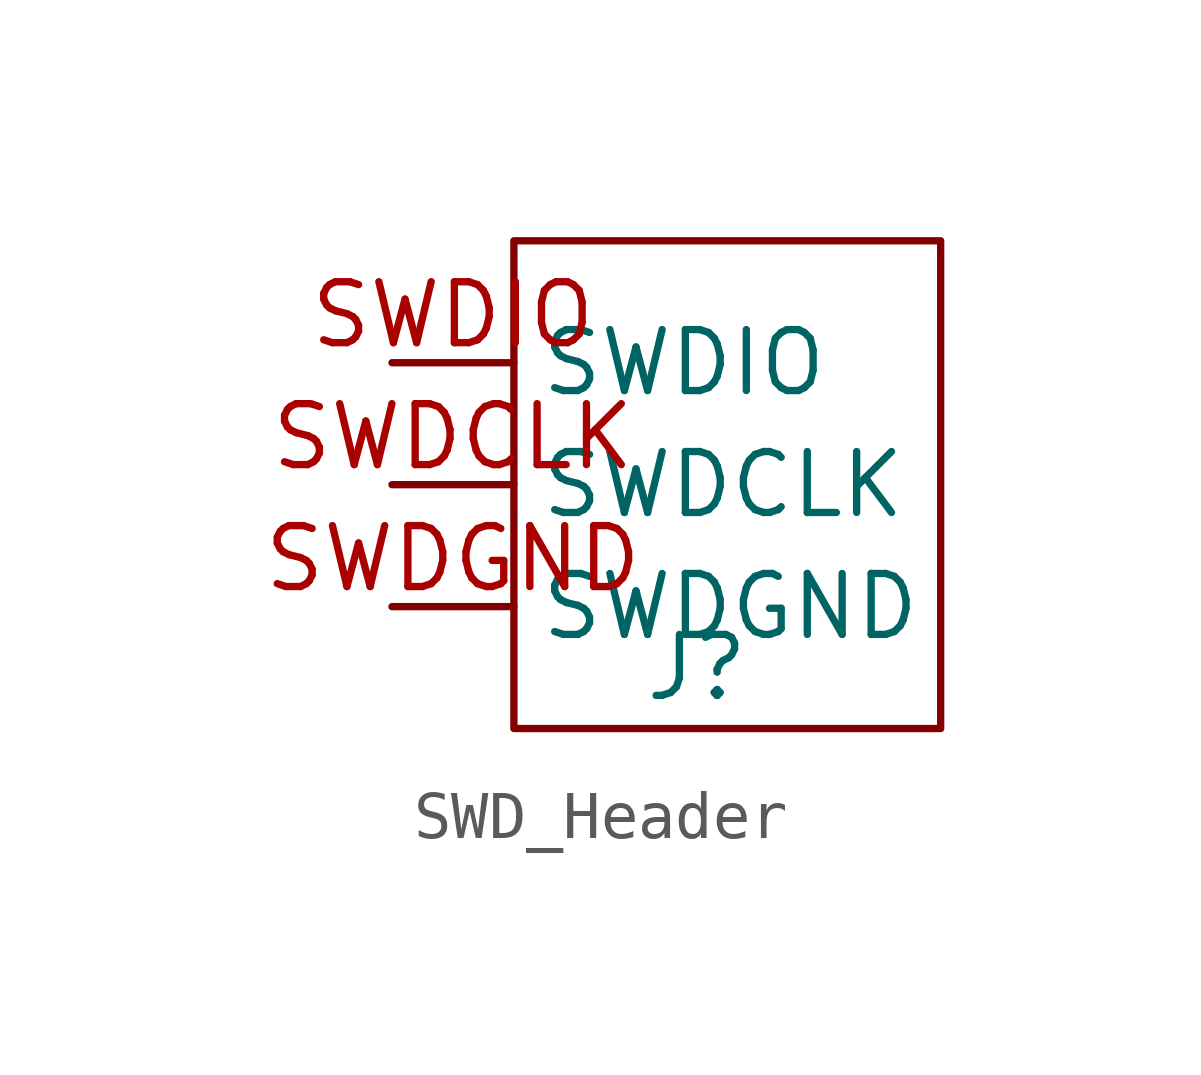
<source format=kicad_sym>
(kicad_symbol_lib
  (version 20231120)
  (generator "kicad_symbol_editor")
  (generator_version "8.0")
  (symbol "SWD_Header"
    (property "Reference" "J"
      (at 0 0 0)
      (effects (font (size 1.27 1.27))))
    (property "Value" ""
      (at 0 0 0)
      (effects (font (size 1.27 1.27))))
    (symbol "SWD_Header_0_1"
      (rectangle (start -3.81 8.89) (end 5.08 -1.27) (stroke (width 0) (type default)) (fill (type none))))
    (symbol "SWD_Header_1_1"
      (pin input line (at -6.35 3.81 0) (length 2.54) (name "SWDCLK" (effects (font (size 1.27 1.27)))) (number "SWDCLK" (effects (font (size 1.27 1.27)))))
      (pin input line (at -6.35 1.27 0) (length 2.54) (name "SWDGND" (effects (font (size 1.27 1.27)))) (number "SWDGND" (effects (font (size 1.27 1.27)))))
      (pin input line (at -6.35 6.35 0) (length 2.54) (name "SWDIO" (effects (font (size 1.27 1.27)))) (number "SWDIO" (effects (font (size 1.27 1.27))))))))
</source>
